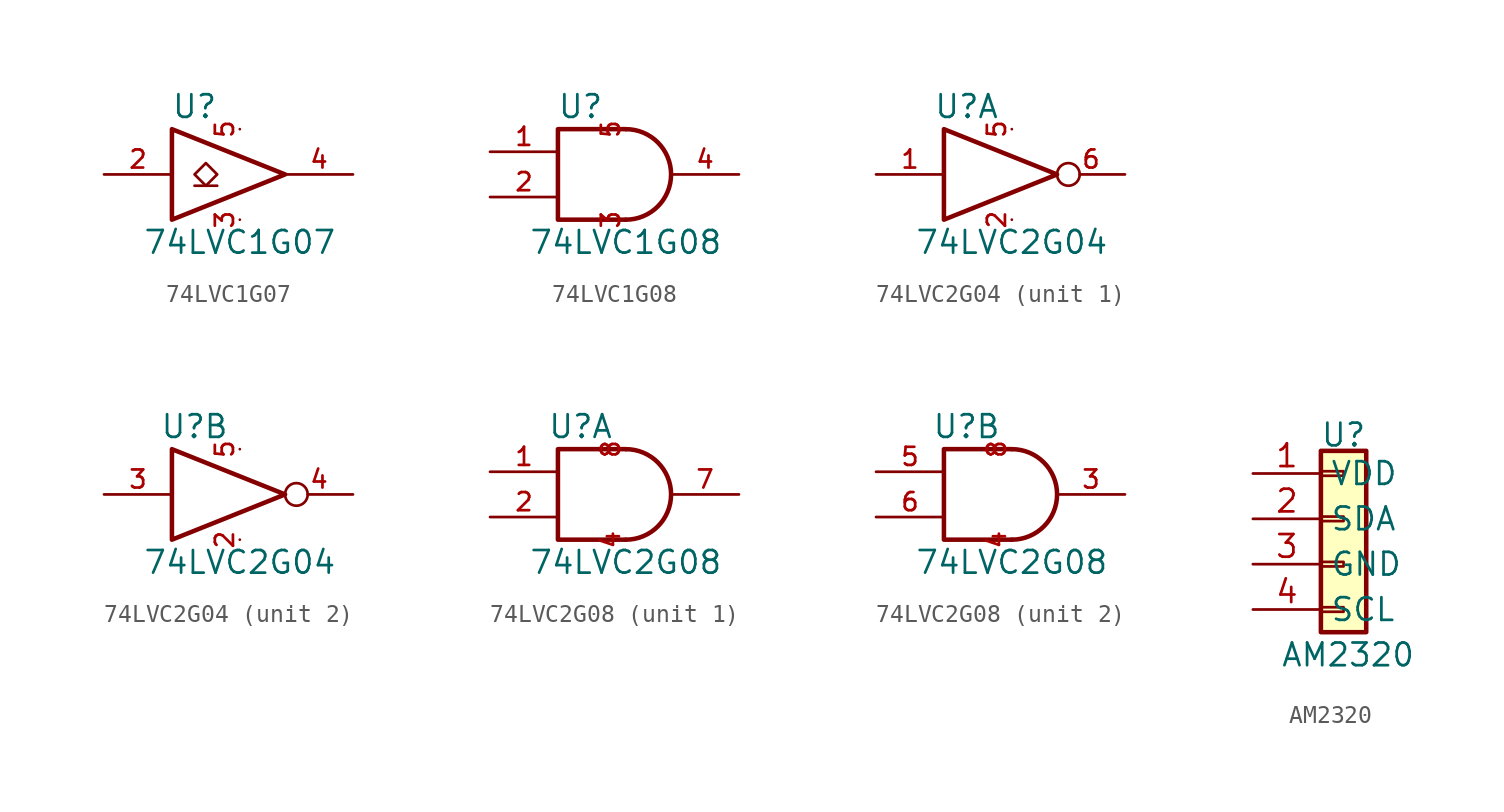
<source format=kicad_sym>
(kicad_symbol_lib
  (version 20200908)
  (generator kicad_symbol_editor)
  (symbol "Scott:74LVC1G07"
    (pin_names
      (offset 1.016))
    (property "Reference" "U"
      (at -2.54 3.81 0)
      (effects (font (size 1.27 1.27))))
    (property "Value" "74LVC1G07"
      (at 0 -3.81 0)
      (effects (font (size 1.27 1.27))))
    (symbol "74LVC1G07_0_1"
      (polyline (pts (xy -2.54 -0.635) (xy -1.27 -0.635)) (stroke (width 0)) (fill (type none)))
      (polyline (pts (xy -3.81 2.54) (xy -3.81 -2.54) (xy 2.54 0) (xy -3.81 2.54)) (stroke (width 0.254)) (fill (type none)))
      (polyline (pts (xy -1.905 0.635) (xy -2.54 0) (xy -1.905 -0.635) (xy -1.27 0) (xy -1.905 0.635)) (stroke (width 0)) (fill (type none))))
    (symbol "74LVC1G07_1_1"
      (pin input line (at -7.62 0 0) (length 3.81) (name "~" (effects (font (size 1.016 1.016)))) (number "2" (effects (font (size 1.016 1.016)))))
      (pin power_in line (at 0 -2.54 270) (length 0) (name "~" (effects (font (size 1.016 1.016)))) (number "3" (effects (font (size 1.016 1.016)))))
      (pin open_collector line (at 6.35 0 180) (length 3.81) (name "~" (effects (font (size 1.016 1.016)))) (number "4" (effects (font (size 1.016 1.016)))))
      (pin power_in line (at 0 2.54 90) (length 0) (name "~" (effects (font (size 1.016 1.016)))) (number "5" (effects (font (size 1.016 1.016)))))))
  (symbol "Scott:74LVC1G08"
    (pin_names
      (offset 1.016))
    (property "Reference" "U"
      (at -2.54 3.81 0)
      (effects (font (size 1.27 1.27))))
    (property "Value" "74LVC1G08"
      (at 0 -3.81 0)
      (effects (font (size 1.27 1.27))))
    (symbol "74LVC1G08_0_1"
      (arc (start 0 -2.54) (end 0 2.54) (radius (at 0 0) (length 2.54) (angles -89.9 89.9)) (stroke (width 0.254)) (fill (type none)))
      (polyline (pts (xy 0 -2.54) (xy -3.81 -2.54) (xy -3.81 2.54) (xy 0 2.54)) (stroke (width 0.254)) (fill (type none))))
    (symbol "74LVC1G08_1_1"
      (pin input line (at -7.62 1.27 0) (length 3.81) (name "~" (effects (font (size 1.016 1.016)))) (number "1" (effects (font (size 1.016 1.016)))))
      (pin input line (at -7.62 -1.27 0) (length 3.81) (name "~" (effects (font (size 1.016 1.016)))) (number "2" (effects (font (size 1.016 1.016)))))
      (pin power_in line (at 0 -2.54 270) (length 0) (name "~" (effects (font (size 1.016 1.016)))) (number "3" (effects (font (size 1.016 1.016)))))
      (pin output line (at 6.35 0 180) (length 3.81) (name "~" (effects (font (size 1.016 1.016)))) (number "4" (effects (font (size 1.016 1.016)))))
      (pin power_in line (at 0 2.54 90) (length 0) (name "~" (effects (font (size 1.016 1.016)))) (number "5" (effects (font (size 1.016 1.016)))))))
  (symbol "Scott:74LVC2G04"
    (pin_names
      (offset 1.016))
    (property "Reference" "U"
      (at -2.54 3.81 0)
      (effects (font (size 1.27 1.27))))
    (property "Value" "74LVC2G04"
      (at 0 -3.81 0)
      (effects (font (size 1.27 1.27))))
    (symbol "74LVC2G04_0_1"
      (polyline (pts (xy -3.81 2.54) (xy -3.81 -2.54) (xy 2.54 0) (xy -3.81 2.54)) (stroke (width 0.254)) (fill (type none)))
      (pin power_in line (at 0 -2.54 270) (length 0) (name "~" (effects (font (size 1.016 1.016)))) (number "2" (effects (font (size 1.016 1.016)))))
      (pin power_in line (at 0 2.54 90) (length 0) (name "~" (effects (font (size 1.016 1.016)))) (number "5" (effects (font (size 1.016 1.016))))))
    (symbol "74LVC2G04_1_1"
      (pin input line (at -7.62 0 0) (length 3.81) (name "~" (effects (font (size 1.016 1.016)))) (number "1" (effects (font (size 1.016 1.016)))))
      (pin output inverted (at 6.35 0 180) (length 3.81) (name "~" (effects (font (size 1.016 1.016)))) (number "6" (effects (font (size 1.016 1.016))))))
    (symbol "74LVC2G04_2_1"
      (pin input line (at -7.62 0 0) (length 3.81) (name "~" (effects (font (size 1.016 1.016)))) (number "3" (effects (font (size 1.016 1.016)))))
      (pin output inverted (at 6.35 0 180) (length 3.81) (name "~" (effects (font (size 1.016 1.016)))) (number "4" (effects (font (size 1.016 1.016)))))))
  (symbol "Scott:74LVC2G08"
    (pin_names
      (offset 1.016))
    (property "Reference" "U"
      (at -2.54 3.81 0)
      (effects (font (size 1.27 1.27))))
    (property "Value" "74LVC2G08"
      (at 0 -3.81 0)
      (effects (font (size 1.27 1.27))))
    (symbol "74LVC2G08_0_1"
      (arc (start 0 -2.54) (end 0 2.54) (radius (at 0 0) (length 2.54) (angles -89.9 89.9)) (stroke (width 0.254)) (fill (type none)))
      (polyline (pts (xy 0 -2.54) (xy -3.81 -2.54) (xy -3.81 2.54) (xy 0 2.54)) (stroke (width 0.254)) (fill (type none)))
      (pin power_in line (at 0 -2.54 270) (length 0) (name "~" (effects (font (size 1.016 1.016)))) (number "4" (effects (font (size 1.016 1.016)))))
      (pin power_in line (at 0 2.54 90) (length 0) (name "~" (effects (font (size 1.016 1.016)))) (number "8" (effects (font (size 1.016 1.016))))))
    (symbol "74LVC2G08_1_1"
      (pin input line (at -7.62 1.27 0) (length 3.81) (name "~" (effects (font (size 1.016 1.016)))) (number "1" (effects (font (size 1.016 1.016)))))
      (pin input line (at -7.62 -1.27 0) (length 3.81) (name "~" (effects (font (size 1.016 1.016)))) (number "2" (effects (font (size 1.016 1.016)))))
      (pin output line (at 6.35 0 180) (length 3.81) (name "~" (effects (font (size 1.016 1.016)))) (number "7" (effects (font (size 1.016 1.016))))))
    (symbol "74LVC2G08_2_1"
      (pin output line (at 6.35 0 180) (length 3.81) (name "~" (effects (font (size 1.016 1.016)))) (number "3" (effects (font (size 1.016 1.016)))))
      (pin input line (at -7.62 1.27 0) (length 3.81) (name "~" (effects (font (size 1.016 1.016)))) (number "5" (effects (font (size 1.016 1.016)))))
      (pin input line (at -7.62 -1.27 0) (length 3.81) (name "~" (effects (font (size 1.016 1.016)))) (number "6" (effects (font (size 1.016 1.016)))))))
  (symbol "Scott:AM2320"
    (property "Reference" "U"
      (at 0 5.969 0)
      (effects (font (size 1.27 1.27))))
    (property "Value" "AM2320"
      (at 0.254 -6.35 0)
      (effects (font (size 1.27 1.27))))
    (symbol "AM2320_1_1"
      (rectangle (start -1.27 -3.683) (end 0 -3.937) (stroke (width 0.152)) (fill (type none)))
      (rectangle (start -1.27 -1.143) (end 0 -1.397) (stroke (width 0.152)) (fill (type none)))
      (rectangle (start -1.27 1.397) (end 0 1.143) (stroke (width 0.152)) (fill (type none)))
      (rectangle (start -1.27 3.937) (end 0 3.683) (stroke (width 0.152)) (fill (type none)))
      (rectangle (start -1.27 5.08) (end 1.27 -5.08) (stroke (width 0.254)) (fill (type background)))
      (pin power_in line (at -5.08 3.81 0) (length 3.81) (name "VDD" (effects (font (size 1.27 1.27)))) (number "1" (effects (font (size 1.27 1.27)))))
      (pin passive line (at -5.08 1.27 0) (length 3.81) (name "SDA" (effects (font (size 1.27 1.27)))) (number "2" (effects (font (size 1.27 1.27)))))
      (pin power_in line (at -5.08 -1.27 0) (length 3.81) (name "GND" (effects (font (size 1.27 1.27)))) (number "3" (effects (font (size 1.27 1.27)))))
      (pin passive line (at -5.08 -3.81 0) (length 3.81) (name "SCL" (effects (font (size 1.27 1.27)))) (number "4" (effects (font (size 1.27 1.27))))))))
</source>
